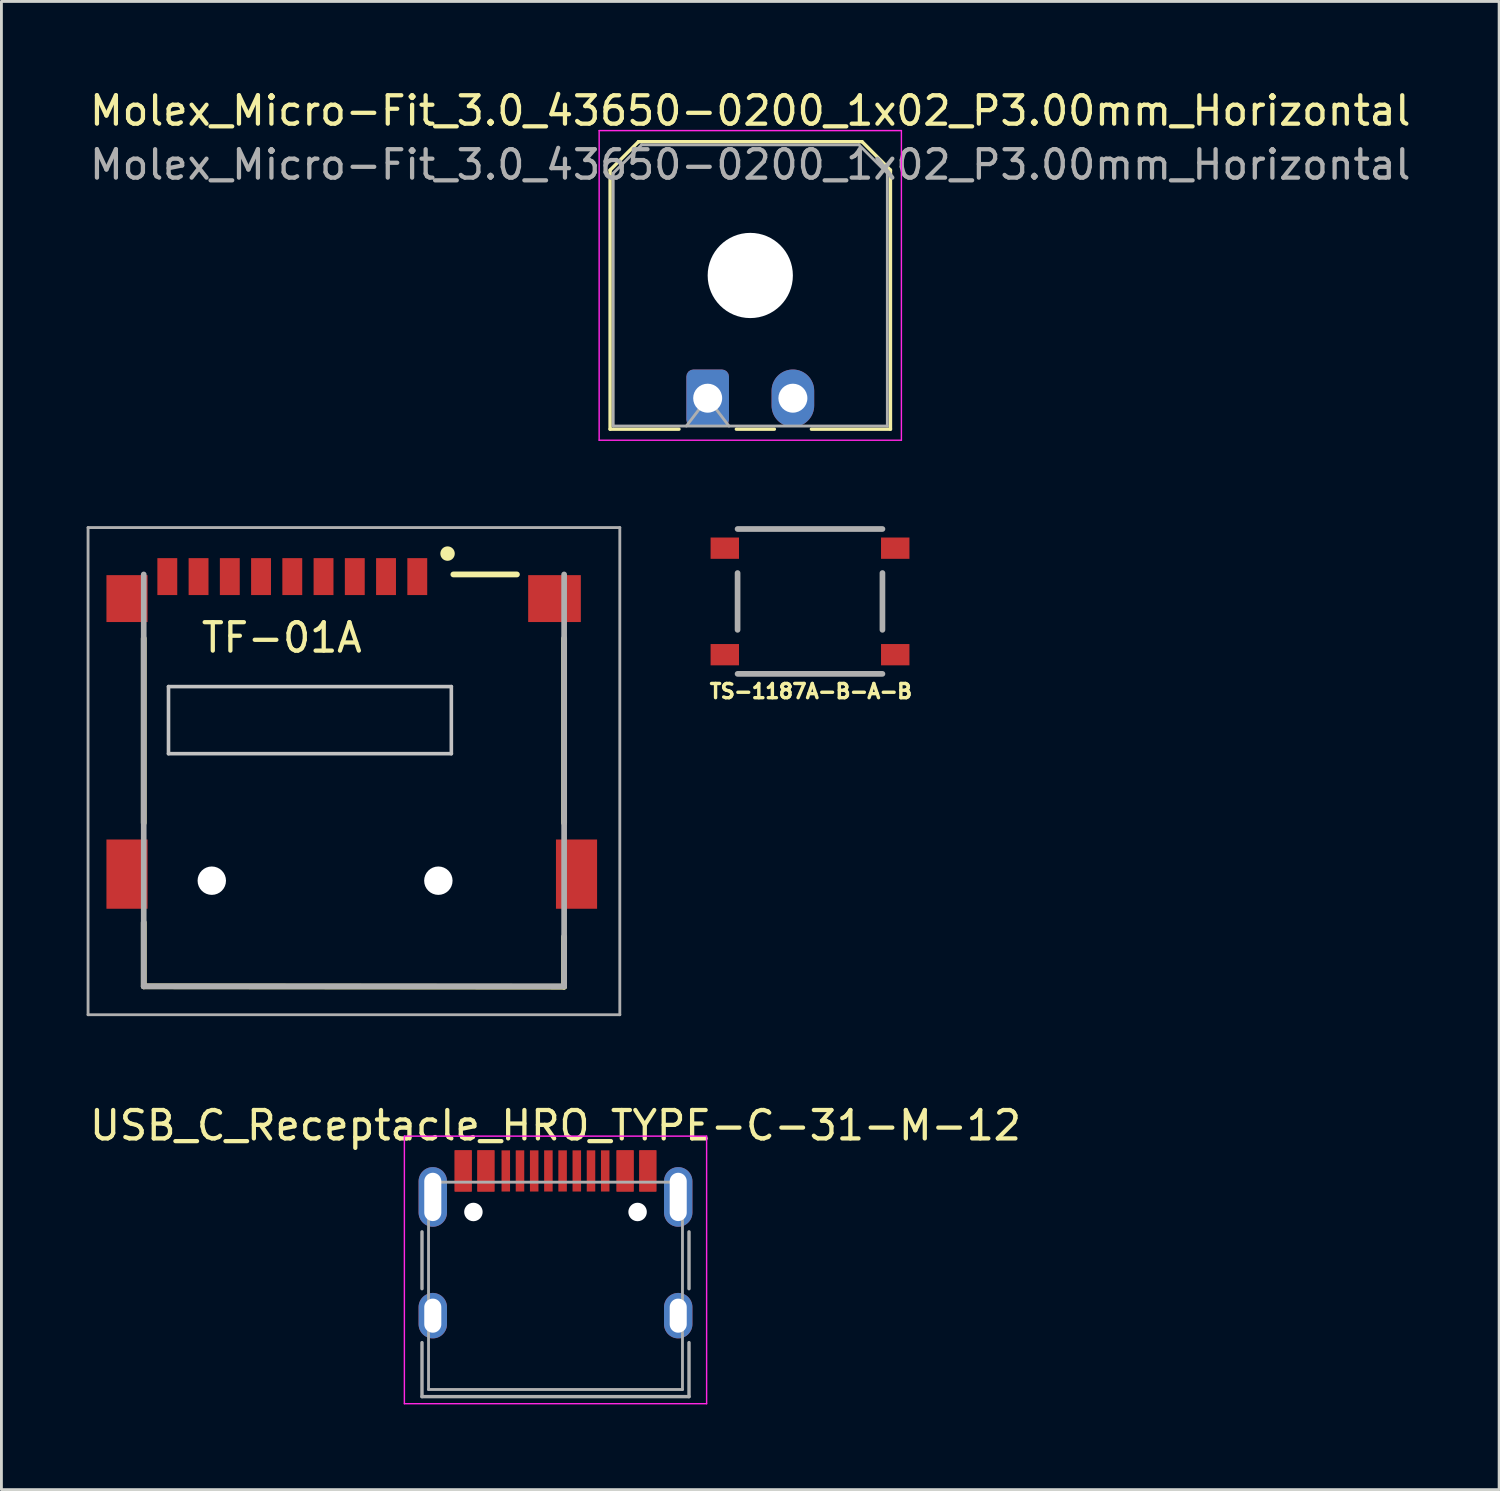
<source format=kicad_pcb>
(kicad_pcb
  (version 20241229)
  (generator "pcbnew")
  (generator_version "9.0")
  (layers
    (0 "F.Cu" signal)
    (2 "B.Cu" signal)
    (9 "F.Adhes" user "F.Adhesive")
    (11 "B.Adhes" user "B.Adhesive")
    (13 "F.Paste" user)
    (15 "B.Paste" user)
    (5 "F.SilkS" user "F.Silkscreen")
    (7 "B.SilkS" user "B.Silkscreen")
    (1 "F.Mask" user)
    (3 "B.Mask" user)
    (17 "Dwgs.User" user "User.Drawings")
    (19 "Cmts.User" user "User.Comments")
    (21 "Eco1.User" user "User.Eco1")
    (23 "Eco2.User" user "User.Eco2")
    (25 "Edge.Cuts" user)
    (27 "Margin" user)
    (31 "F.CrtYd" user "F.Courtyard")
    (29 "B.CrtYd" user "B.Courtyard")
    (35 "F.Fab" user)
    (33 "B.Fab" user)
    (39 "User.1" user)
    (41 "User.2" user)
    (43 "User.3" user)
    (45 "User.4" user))
  (footprint "TF-01A"
    (layer "F.Cu")
    (at 9.41 24.423)
    (property "Reference" "TF-01A" (at -2.54 -5.024 0) (layer "F.SilkS") (effects (font (size 1 1) (thickness 0.15))))
    (attr smd)
    (fp_line (start -7.4 -5) (end -7.4 1.5) (stroke (width 0.203) (type solid)) (layer "F.SilkS"))
    (fp_line (start -7.4 5) (end -7.399 7.25) (stroke (width 0.203) (type solid)) (layer "F.SilkS"))
    (fp_line (start -7.399 7.25) (end 7.399 7.263) (stroke (width 0.203) (type solid)) (layer "F.SilkS"))
    (fp_line (start 3.5 -7.25) (end 5.738 -7.25) (stroke (width 0.203) (type solid)) (layer "F.SilkS"))
    (fp_line (start 7.399 7.263) (end 7.4 5.5) (stroke (width 0.203) (type solid)) (layer "F.SilkS"))
    (fp_line (start 7.4 1.5) (end 7.4 -5) (stroke (width 0.203) (type solid)) (layer "F.SilkS"))
    (fp_circle (center 3.296 -7.984) (end 3.55 -7.984) (stroke (width 0) (type solid)) (fill yes) (layer "F.SilkS"))
    (fp_line (start -6.528 -3.302) (end -6.528 -0.94) (stroke (width 0.127) (type solid)) (layer "Dwgs.User"))
    (fp_line (start -6.528 -0.94) (end 3.429 -0.94) (stroke (width 0.127) (type solid)) (layer "Dwgs.User"))
    (fp_line (start 3.429 -3.302) (end -6.528 -3.302) (stroke (width 0.127) (type solid)) (layer "Dwgs.User"))
    (fp_line (start 3.429 -0.94) (end 3.429 -3.302) (stroke (width 0.127) (type solid)) (layer "Dwgs.User"))
    (fp_line (start -9.36 -8.9) (end 9.36 -8.9) (stroke (width 0.1) (type solid)) (layer "F.Fab"))
    (fp_line (start -9.36 8.25) (end -9.36 -8.9) (stroke (width 0.1) (type solid)) (layer "F.Fab"))
    (fp_line (start -7.4 7.25) (end -7.4 -7.25) (stroke (width 0.2) (type solid)) (layer "F.Fab"))
    (fp_line (start 7.4 -7.25) (end 7.4 7.25) (stroke (width 0.2) (type solid)) (layer "F.Fab"))
    (fp_line (start 7.4 7.25) (end -7.4 7.25) (stroke (width 0.2) (type solid)) (layer "F.Fab"))
    (fp_line (start 9.36 -8.9) (end 9.36 8.25) (stroke (width 0.1) (type solid)) (layer "F.Fab"))
    (fp_line (start 9.36 8.25) (end -9.36 8.25) (stroke (width 0.1) (type solid)) (layer "F.Fab"))
    (pad "" np_thru_hole circle (at -5.004 3.531) (size 1 1) (drill 1) (layers "*.Cu" "*.Mask"))
    (pad "" np_thru_hole circle (at 2.972 3.531) (size 1 1) (drill 1) (layers "*.Cu" "*.Mask"))
    (pad "1" smd rect (at 2.23 -7.174 90) (size 1.3 0.7) (layers "F.Cu" "F.Mask" "F.Paste"))
    (pad "2" smd rect (at 1.13 -7.174 90) (size 1.3 0.7) (layers "F.Cu" "F.Mask" "F.Paste"))
    (pad "3" smd rect (at 0.03 -7.174 90) (size 1.3 0.7) (layers "F.Cu" "F.Mask" "F.Paste"))
    (pad "4" smd rect (at -1.07 -7.174 90) (size 1.3 0.7) (layers "F.Cu" "F.Mask" "F.Paste"))
    (pad "5" smd rect (at -2.17 -7.174 90) (size 1.3 0.7) (layers "F.Cu" "F.Mask" "F.Paste"))
    (pad "6" smd rect (at -3.27 -7.174 90) (size 1.3 0.7) (layers "F.Cu" "F.Mask" "F.Paste"))
    (pad "7" smd rect (at -4.37 -7.174 90) (size 1.3 0.7) (layers "F.Cu" "F.Mask" "F.Paste"))
    (pad "8" smd rect (at -5.47 -7.174 90) (size 1.3 0.7) (layers "F.Cu" "F.Mask" "F.Paste"))
    (pad "9" smd rect (at -6.57 -7.174 90) (size 1.3 0.7) (layers "F.Cu" "F.Mask" "F.Paste"))
    (pad "10" smd rect (at -7.989 -6.4 90) (size 1.651 1.448) (layers "F.Cu" "F.Mask" "F.Paste"))
    (pad "10" smd rect (at -7.989 3.3 90) (size 2.438 1.448) (layers "F.Cu" "F.Mask" "F.Paste"))
    (pad "10" smd rect (at 7.061 -6.4 90) (size 1.651 1.854) (layers "F.Cu" "F.Mask" "F.Paste"))
    (pad "10" smd rect (at 7.836 3.3 90) (size 2.438 1.448) (layers "F.Cu" "F.Mask" "F.Paste")))
  (footprint "TS-1187A-B-A-B"
    (layer "F.Cu")
    (at 25.466 18.123)
    (property "Reference" "TS-1187A-B-A-B" (at 0.032 3.163 0) (layer "F.SilkS") (effects (font (size 0.5 0.5) (thickness 0.12))))
    (attr through_hole)
    (fp_line (start -2.55 -2.55) (end 2.55 -2.55) (stroke (width 0.2) (type solid)) (layer "F.Fab"))
    (fp_line (start -2.55 -1) (end -2.55 1) (stroke (width 0.2) (type solid)) (layer "F.Fab"))
    (fp_line (start -2.55 2.55) (end 2.55 2.55) (stroke (width 0.2) (type solid)) (layer "F.Fab"))
    (fp_line (start 2.55 -1) (end 2.55 1) (stroke (width 0.2) (type solid)) (layer "F.Fab"))
    (pad "1" smd rect (at -3 -1.875) (size 1 0.75) (layers "F.Cu" "F.Mask" "F.Paste"))
    (pad "1" smd rect (at 3 -1.875) (size 1 0.75) (layers "F.Cu" "F.Mask" "F.Paste"))
    (pad "2" smd rect (at -3 1.875) (size 1 0.75) (layers "F.Cu" "F.Mask" "F.Paste"))
    (pad "2" smd rect (at 3 1.875) (size 1 0.75) (layers "F.Cu" "F.Mask" "F.Paste")))
  (footprint "USB_C_Receptacle_HRO_TYPE-C-31-M-12"
    (layer "F.Cu")
    (at 16.506 42.217)
    (property "Reference" "USB_C_Receptacle_HRO_TYPE-C-31-M-12" (at 0 -5.645 0) (layer "F.SilkS") (effects (font (size 1 1) (thickness 0.15))))
    (attr smd)
    (fp_line (start -5.32 -5.27) (end -5.32 4.15) (stroke (width 0.05) (type solid)) (layer "F.CrtYd"))
    (fp_line (start -5.32 -5.27) (end 5.32 -5.27) (stroke (width 0.05) (type solid)) (layer "F.CrtYd"))
    (fp_line (start -5.32 4.15) (end 5.32 4.15) (stroke (width 0.05) (type solid)) (layer "F.CrtYd"))
    (fp_line (start 5.32 -5.27) (end 5.32 4.15) (stroke (width 0.05) (type solid)) (layer "F.CrtYd"))
    (fp_line (start -4.7 -1.9) (end -4.7 0.1) (stroke (width 0.12) (type solid)) (layer "F.Fab"))
    (fp_line (start -4.7 2) (end -4.7 3.9) (stroke (width 0.12) (type solid)) (layer "F.Fab"))
    (fp_line (start -4.7 3.9) (end 4.7 3.9) (stroke (width 0.12) (type solid)) (layer "F.Fab"))
    (fp_line (start -4.47 -3.65) (end -4.47 3.65) (stroke (width 0.1) (type solid)) (layer "F.Fab"))
    (fp_line (start -4.47 -3.65) (end 4.47 -3.65) (stroke (width 0.1) (type solid)) (layer "F.Fab"))
    (fp_line (start -4.47 3.65) (end 4.47 3.65) (stroke (width 0.1) (type solid)) (layer "F.Fab"))
    (fp_line (start 4.47 -3.65) (end 4.47 3.65) (stroke (width 0.1) (type solid)) (layer "F.Fab"))
    (fp_line (start 4.7 -1.9) (end 4.7 0.1) (stroke (width 0.12) (type solid)) (layer "F.Fab"))
    (fp_line (start 4.7 2) (end 4.7 3.9) (stroke (width 0.12) (type solid)) (layer "F.Fab"))
    (pad "" np_thru_hole circle (at -2.89 -2.6) (size 0.65 0.65) (drill 0.65) (layers "*.Cu" "*.Mask"))
    (pad "" np_thru_hole circle (at 2.89 -2.6) (size 0.65 0.65) (drill 0.65) (layers "*.Cu" "*.Mask"))
    (pad "A1" smd rect (at -3.25 -4.045) (size 0.6 1.45) (layers "F.Cu" "F.Mask" "F.Paste"))
    (pad "A4" smd rect (at -2.45 -4.045) (size 0.6 1.45) (layers "F.Cu" "F.Mask" "F.Paste"))
    (pad "A5" smd rect (at -1.25 -4.045) (size 0.3 1.45) (layers "F.Cu" "F.Mask" "F.Paste"))
    (pad "A6" smd rect (at -0.25 -4.045) (size 0.3 1.45) (layers "F.Cu" "F.Mask" "F.Paste"))
    (pad "A7" smd rect (at 0.25 -4.045) (size 0.3 1.45) (layers "F.Cu" "F.Mask" "F.Paste"))
    (pad "A8" smd rect (at 1.25 -4.045) (size 0.3 1.45) (layers "F.Cu" "F.Mask" "F.Paste"))
    (pad "A9" smd rect (at 2.45 -4.045) (size 0.6 1.45) (layers "F.Cu" "F.Mask" "F.Paste"))
    (pad "A12" smd rect (at 3.25 -4.045) (size 0.6 1.45) (layers "F.Cu" "F.Mask" "F.Paste"))
    (pad "B1" smd rect (at 3.25 -4.045) (size 0.6 1.45) (layers "F.Cu" "F.Mask" "F.Paste"))
    (pad "B4" smd rect (at 2.45 -4.045) (size 0.6 1.45) (layers "F.Cu" "F.Mask" "F.Paste"))
    (pad "B5" smd rect (at 1.75 -4.045) (size 0.3 1.45) (layers "F.Cu" "F.Mask" "F.Paste"))
    (pad "B6" smd rect (at 0.75 -4.045) (size 0.3 1.45) (layers "F.Cu" "F.Mask" "F.Paste"))
    (pad "B7" smd rect (at -0.75 -4.045) (size 0.3 1.45) (layers "F.Cu" "F.Mask" "F.Paste"))
    (pad "B8" smd rect (at -1.75 -4.045) (size 0.3 1.45) (layers "F.Cu" "F.Mask" "F.Paste"))
    (pad "B9" smd rect (at -2.45 -4.045) (size 0.6 1.45) (layers "F.Cu" "F.Mask" "F.Paste"))
    (pad "B12" smd rect (at -3.25 -4.045) (size 0.6 1.45) (layers "F.Cu" "F.Mask" "F.Paste"))
    (pad "S1" thru_hole oval (at -4.32 -3.13) (size 1 2.1) (drill oval 0.6 1.7) (layers "*.Cu" "*.Mask"))
    (pad "S1" thru_hole oval (at -4.32 1.05) (size 1 1.6) (drill oval 0.6 1.2) (layers "*.Cu" "*.Mask"))
    (pad "S1" thru_hole oval (at 4.32 -3.13) (size 1 2.1) (drill oval 0.6 1.7) (layers "*.Cu" "*.Mask"))
    (pad "S1" thru_hole oval (at 4.32 1.05) (size 1 1.6) (drill oval 0.6 1.2) (layers "*.Cu" "*.Mask")))
  (footprint "Molex_Micro-Fit_3.0_43650-0200_1x02_P3.00mm_Horizontal"
    (layer "F.Cu")
    (at 23.363 6.648)
    (property "Reference" "Molex_Micro-Fit_3.0_43650-0200_1x02_P3.00mm_Horizontal" (at 0 -5.8 0) (layer "F.SilkS") (effects (font (size 1 1) (thickness 0.15))))
    (attr through_hole)
    (fp_line (start -4.935 -3.71) (end -3.935 -4.71) (stroke (width 0.12) (type solid)) (layer "F.SilkS"))
    (fp_line (start -4.935 5.41) (end -4.935 -3.71) (stroke (width 0.12) (type solid)) (layer "F.SilkS"))
    (fp_line (start -4.935 5.41) (end -2.51 5.41) (stroke (width 0.12) (type solid)) (layer "F.SilkS"))
    (fp_line (start -3.935 -4.71) (end 3.935 -4.71) (stroke (width 0.12) (type solid)) (layer "F.SilkS"))
    (fp_line (start -0.49 5.41) (end 0.848 5.41) (stroke (width 0.12) (type solid)) (layer "F.SilkS"))
    (fp_line (start 3.935 -4.71) (end 4.935 -3.71) (stroke (width 0.12) (type solid)) (layer "F.SilkS"))
    (fp_line (start 4.935 -3.71) (end 4.935 5.41) (stroke (width 0.12) (type solid)) (layer "F.SilkS"))
    (fp_line (start 4.935 5.41) (end 2.152 5.41) (stroke (width 0.12) (type solid)) (layer "F.SilkS"))
    (fp_line (start -5.32 -5.1) (end 5.32 -5.1) (stroke (width 0.05) (type solid)) (layer "F.CrtYd"))
    (fp_line (start -5.32 5.8) (end -5.32 -5.1) (stroke (width 0.05) (type solid)) (layer "F.CrtYd"))
    (fp_line (start 5.32 -5.1) (end 5.32 5.8) (stroke (width 0.05) (type solid)) (layer "F.CrtYd"))
    (fp_line (start 5.32 5.8) (end -5.32 5.8) (stroke (width 0.05) (type solid)) (layer "F.CrtYd"))
    (fp_line (start -4.825 -3.6) (end -3.825 -4.6) (stroke (width 0.1) (type solid)) (layer "F.Fab"))
    (fp_line (start -4.825 5.3) (end -4.825 -3.6) (stroke (width 0.1) (type solid)) (layer "F.Fab"))
    (fp_line (start -3.825 -4.6) (end 3.825 -4.6) (stroke (width 0.1) (type solid)) (layer "F.Fab"))
    (fp_line (start -2.25 5.3) (end -1.5 4.32) (stroke (width 0.1) (type solid)) (layer "F.Fab"))
    (fp_line (start -1.5 4.32) (end -0.75 5.3) (stroke (width 0.1) (type solid)) (layer "F.Fab"))
    (fp_line (start 3.825 -4.6) (end 4.825 -3.6) (stroke (width 0.1) (type solid)) (layer "F.Fab"))
    (fp_line (start 4.825 -3.6) (end 4.825 5.3) (stroke (width 0.1) (type solid)) (layer "F.Fab"))
    (fp_line (start 4.825 5.3) (end -4.825 5.3) (stroke (width 0.1) (type solid)) (layer "F.Fab"))
    (fp_text user "${REFERENCE}" (at 0 -3.9 0) (layer "F.Fab") (effects (font (size 1 1) (thickness 0.15))))
    (pad "" np_thru_hole circle (at 0 0) (size 3 3) (drill 3) (layers "*.Cu" "*.Mask"))
    (pad "1" thru_hole roundrect (at -1.5 4.32) (size 1.5 2.02) (drill 1.02) (layers "*.Cu" "*.Mask") (roundrect_rratio 0.167))
    (pad "2" thru_hole oval (at 1.5 4.32) (size 1.5 2.02) (drill 1.02) (layers "*.Cu" "*.Mask")))
  (gr_rect
    (start -3 -3)
    (end 49.726 49.392)
    (stroke (width 0.1) (type default))
    (fill no)
    (layer "Edge.Cuts")))
</source>
